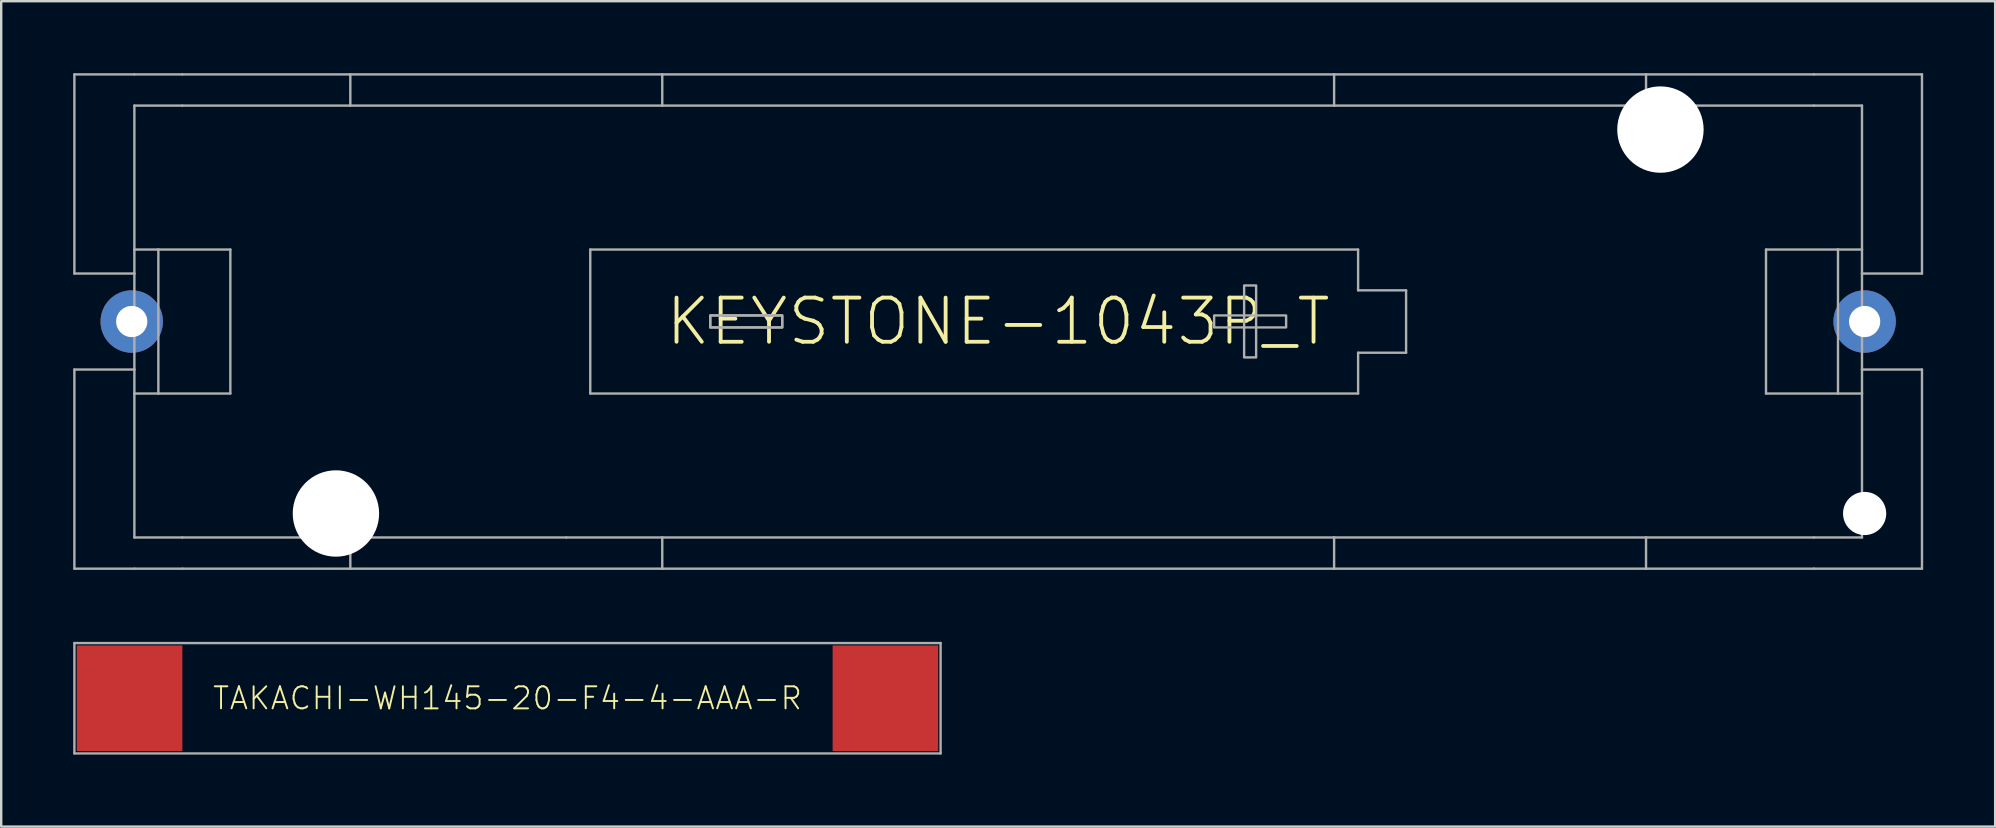
<source format=kicad_pcb>
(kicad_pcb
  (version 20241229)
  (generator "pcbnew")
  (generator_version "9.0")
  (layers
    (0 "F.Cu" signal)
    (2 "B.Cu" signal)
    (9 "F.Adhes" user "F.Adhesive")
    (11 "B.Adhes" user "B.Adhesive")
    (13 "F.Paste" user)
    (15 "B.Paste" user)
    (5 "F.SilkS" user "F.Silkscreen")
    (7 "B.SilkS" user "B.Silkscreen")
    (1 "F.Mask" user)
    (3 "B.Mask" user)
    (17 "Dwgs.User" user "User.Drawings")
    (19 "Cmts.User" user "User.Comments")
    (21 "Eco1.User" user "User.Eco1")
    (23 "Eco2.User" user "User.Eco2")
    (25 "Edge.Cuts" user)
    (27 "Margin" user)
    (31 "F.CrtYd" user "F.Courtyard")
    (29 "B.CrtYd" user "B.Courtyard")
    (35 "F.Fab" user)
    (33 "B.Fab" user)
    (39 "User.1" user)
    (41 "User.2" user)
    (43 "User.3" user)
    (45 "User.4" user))
  (footprint "KEYSTONE-1043P_T"
    (layer "F.Cu")
    (at 38.55 10.35)
    (property "Reference" "KEYSTONE-1043P_T" (at 0 0 0) (unlocked yes) (layer "F.SilkS") (effects (font (size 1.84 1.84) (thickness 0.16))))
    (fp_line (start -38.5 -10.3) (end -38.5 -2) (stroke (width 0.1) (type solid)) (layer "F.Fab"))
    (fp_line (start -38.5 -10.3) (end -36 -10.3) (stroke (width 0.1) (type solid)) (layer "F.Fab"))
    (fp_line (start -38.5 -2) (end -36 -2) (stroke (width 0.1) (type solid)) (layer "F.Fab"))
    (fp_line (start -38.5 2) (end -36 2) (stroke (width 0.1) (type solid)) (layer "F.Fab"))
    (fp_line (start -38.5 10.3) (end -38.5 2) (stroke (width 0.1) (type solid)) (layer "F.Fab"))
    (fp_line (start -38.5 10.3) (end -36 10.3) (stroke (width 0.1) (type solid)) (layer "F.Fab"))
    (fp_line (start -36 -10.3) (end -34 -10.3) (stroke (width 0.1) (type solid)) (layer "F.Fab"))
    (fp_line (start -36 -3) (end -36 -9) (stroke (width 0.1) (type solid)) (layer "F.Fab"))
    (fp_line (start -36 -2) (end -36 -3) (stroke (width 0.1) (type solid)) (layer "F.Fab"))
    (fp_line (start -36 2) (end -36 -2) (stroke (width 0.1) (type solid)) (layer "F.Fab"))
    (fp_line (start -36 2) (end -36 3) (stroke (width 0.1) (type solid)) (layer "F.Fab"))
    (fp_line (start -36 3) (end -36 9) (stroke (width 0.1) (type solid)) (layer "F.Fab"))
    (fp_line (start -36 10.3) (end -34 10.3) (stroke (width 0.1) (type solid)) (layer "F.Fab"))
    (fp_line (start -35 -3) (end -36 -3) (stroke (width 0.1) (type solid)) (layer "F.Fab"))
    (fp_line (start -35 3) (end -36 3) (stroke (width 0.1) (type solid)) (layer "F.Fab"))
    (fp_line (start -35 3) (end -35 -3) (stroke (width 0.1) (type solid)) (layer "F.Fab"))
    (fp_line (start -35 3) (end -32 3) (stroke (width 0.1) (type solid)) (layer "F.Fab"))
    (fp_line (start -34 -10.3) (end -27 -10.3) (stroke (width 0.1) (type solid)) (layer "F.Fab"))
    (fp_line (start -34 -9) (end -36 -9) (stroke (width 0.1) (type solid)) (layer "F.Fab"))
    (fp_line (start -34 9) (end -36 9) (stroke (width 0.1) (type solid)) (layer "F.Fab"))
    (fp_line (start -34 10.3) (end -27 10.3) (stroke (width 0.1) (type solid)) (layer "F.Fab"))
    (fp_line (start -32 -3) (end -35 -3) (stroke (width 0.1) (type solid)) (layer "F.Fab"))
    (fp_line (start -32 3) (end -32 -3) (stroke (width 0.1) (type solid)) (layer "F.Fab"))
    (fp_line (start -27 -10.3) (end -27 -9) (stroke (width 0.1) (type solid)) (layer "F.Fab"))
    (fp_line (start -27 -10.3) (end -14 -10.3) (stroke (width 0.1) (type solid)) (layer "F.Fab"))
    (fp_line (start -27 -9) (end -34 -9) (stroke (width 0.1) (type solid)) (layer "F.Fab"))
    (fp_line (start -27 9) (end -34 9) (stroke (width 0.1) (type solid)) (layer "F.Fab"))
    (fp_line (start -27 9) (end -27 10.3) (stroke (width 0.1) (type solid)) (layer "F.Fab"))
    (fp_line (start -27 10.3) (end -14 10.3) (stroke (width 0.1) (type solid)) (layer "F.Fab"))
    (fp_line (start -18 9) (end -27 9) (stroke (width 0.1) (type solid)) (layer "F.Fab"))
    (fp_line (start -17 -3) (end -17 3) (stroke (width 0.1) (type solid)) (layer "F.Fab"))
    (fp_line (start -17 -3) (end 15 -3) (stroke (width 0.1) (type solid)) (layer "F.Fab"))
    (fp_line (start -17 3) (end 15 3) (stroke (width 0.1) (type solid)) (layer "F.Fab"))
    (fp_line (start -14 -10.3) (end 14 -10.3) (stroke (width 0.1) (type solid)) (layer "F.Fab"))
    (fp_line (start -14 -9) (end -27 -9) (stroke (width 0.1) (type solid)) (layer "F.Fab"))
    (fp_line (start -14 -9) (end -14 -10.3) (stroke (width 0.1) (type solid)) (layer "F.Fab"))
    (fp_line (start -14 9) (end -18 9) (stroke (width 0.1) (type solid)) (layer "F.Fab"))
    (fp_line (start -14 9) (end -14 10.3) (stroke (width 0.1) (type solid)) (layer "F.Fab"))
    (fp_line (start -14 10.3) (end 14 10.3) (stroke (width 0.1) (type solid)) (layer "F.Fab"))
    (fp_line (start 14 -10.3) (end 14 -9) (stroke (width 0.1) (type solid)) (layer "F.Fab"))
    (fp_line (start 14 -10.3) (end 27 -10.3) (stroke (width 0.1) (type solid)) (layer "F.Fab"))
    (fp_line (start 14 -9) (end -14 -9) (stroke (width 0.1) (type solid)) (layer "F.Fab"))
    (fp_line (start 14 9) (end -14 9) (stroke (width 0.1) (type solid)) (layer "F.Fab"))
    (fp_line (start 14 9) (end 14 10.3) (stroke (width 0.1) (type solid)) (layer "F.Fab"))
    (fp_line (start 14 10.3) (end 27 10.3) (stroke (width 0.1) (type solid)) (layer "F.Fab"))
    (fp_line (start 15 -3) (end 15 -1.3) (stroke (width 0.1) (type solid)) (layer "F.Fab"))
    (fp_line (start 15 1.3) (end 17 1.3) (stroke (width 0.1) (type solid)) (layer "F.Fab"))
    (fp_line (start 15 3) (end 15 1.3) (stroke (width 0.1) (type solid)) (layer "F.Fab"))
    (fp_line (start 17 -1.3) (end 15 -1.3) (stroke (width 0.1) (type solid)) (layer "F.Fab"))
    (fp_line (start 17 1.3) (end 17 -1.3) (stroke (width 0.1) (type solid)) (layer "F.Fab"))
    (fp_line (start 27 -10.3) (end 27 -9) (stroke (width 0.1) (type solid)) (layer "F.Fab"))
    (fp_line (start 27 -10.3) (end 34 -10.3) (stroke (width 0.1) (type solid)) (layer "F.Fab"))
    (fp_line (start 27 -9) (end 14 -9) (stroke (width 0.1) (type solid)) (layer "F.Fab"))
    (fp_line (start 27 9) (end 14 9) (stroke (width 0.1) (type solid)) (layer "F.Fab"))
    (fp_line (start 27 9) (end 27 10.3) (stroke (width 0.1) (type solid)) (layer "F.Fab"))
    (fp_line (start 27 10.3) (end 34 10.3) (stroke (width 0.1) (type solid)) (layer "F.Fab"))
    (fp_line (start 32 -3) (end 32 3) (stroke (width 0.1) (type solid)) (layer "F.Fab"))
    (fp_line (start 32 3) (end 35 3) (stroke (width 0.1) (type solid)) (layer "F.Fab"))
    (fp_line (start 34 -10.3) (end 38.5 -10.3) (stroke (width 0.1) (type solid)) (layer "F.Fab"))
    (fp_line (start 34 -9) (end 27 -9) (stroke (width 0.1) (type solid)) (layer "F.Fab"))
    (fp_line (start 34 9) (end 27 9) (stroke (width 0.1) (type solid)) (layer "F.Fab"))
    (fp_line (start 34 10.3) (end 38.5 10.3) (stroke (width 0.1) (type solid)) (layer "F.Fab"))
    (fp_line (start 35 -3) (end 32 -3) (stroke (width 0.1) (type solid)) (layer "F.Fab"))
    (fp_line (start 35 -3) (end 36 -3) (stroke (width 0.1) (type solid)) (layer "F.Fab"))
    (fp_line (start 35 3) (end 35 -3) (stroke (width 0.1) (type solid)) (layer "F.Fab"))
    (fp_line (start 35 3) (end 36 3) (stroke (width 0.1) (type solid)) (layer "F.Fab"))
    (fp_line (start 36 -9) (end 34 -9) (stroke (width 0.1) (type solid)) (layer "F.Fab"))
    (fp_line (start 36 -3) (end 36 -9) (stroke (width 0.1) (type solid)) (layer "F.Fab"))
    (fp_line (start 36 -2) (end 36 -3) (stroke (width 0.1) (type solid)) (layer "F.Fab"))
    (fp_line (start 36 2) (end 36 -2) (stroke (width 0.1) (type solid)) (layer "F.Fab"))
    (fp_line (start 36 2) (end 36 3) (stroke (width 0.1) (type solid)) (layer "F.Fab"))
    (fp_line (start 36 3) (end 36 9) (stroke (width 0.1) (type solid)) (layer "F.Fab"))
    (fp_line (start 36 9) (end 34 9) (stroke (width 0.1) (type solid)) (layer "F.Fab"))
    (fp_line (start 38.5 -10.3) (end 38.5 -2) (stroke (width 0.1) (type solid)) (layer "F.Fab"))
    (fp_line (start 38.5 -2) (end 36 -2) (stroke (width 0.1) (type solid)) (layer "F.Fab"))
    (fp_line (start 38.5 2) (end 36 2) (stroke (width 0.1) (type solid)) (layer "F.Fab"))
    (fp_line (start 38.5 2) (end 38.5 10.3) (stroke (width 0.1) (type solid)) (layer "F.Fab"))
    (fp_poly (pts (xy -9 -0.254) (xy -12 -0.254) (xy -12 0.246) (xy -9 0.246)) (stroke (width 0.1) (type default)) (fill no) (layer "F.Fab"))
    (fp_poly (pts (xy -9 -0.254) (xy -12 -0.254) (xy -12 0.246) (xy -9 0.246)) (stroke (width 0.1) (type default)) (fill no) (layer "F.Fab"))
    (fp_poly (pts (xy 10.75 -1.504) (xy 10.25 -1.504) (xy 10.25 1.496) (xy 10.75 1.496)) (stroke (width 0.1) (type default)) (fill no) (layer "F.Fab"))
    (fp_poly (pts (xy 12 -0.254) (xy 9 -0.254) (xy 9 0.246) (xy 12 0.246)) (stroke (width 0.1) (type default)) (fill no) (layer "F.Fab"))
    (pad "" np_thru_hole circle (at -27.6 8) (size 3.6 3.6) (drill 3.6) (layers "*.Cu" "*.Mask"))
    (pad "" np_thru_hole circle (at 27.6 -8) (size 3.6 3.6) (drill 3.6) (layers "*.Cu" "*.Mask"))
    (pad "" np_thru_hole circle (at 36.11 8) (size 1.8 1.8) (drill 1.8) (layers "*.Cu" "*.Mask"))
    (pad "M" thru_hole circle (at -36.11 0) (size 2.6 2.6) (drill 1.3) (layers "*.Cu" "*.Mask"))
    (pad "P" thru_hole circle (at 36.11 0) (size 2.6 2.6) (drill 1.3) (layers "*.Cu" "*.Mask")))
  (footprint "TAKACHI-WH145-20-F4-4-AAA-R"
    (layer "F.Cu")
    (at 18.1 26.05)
    (property "Reference" "TAKACHI-WH145-20-F4-4-AAA-R" (at 0 0 0) (unlocked yes) (layer "F.SilkS") (effects (font (size 0.92 0.92) (thickness 0.08))))
    (fp_line (start -18.05 -2.3) (end -18.05 2.3) (stroke (width 0.1) (type solid)) (layer "F.Fab"))
    (fp_line (start -18.05 2.3) (end 18.05 2.3) (stroke (width 0.1) (type solid)) (layer "F.Fab"))
    (fp_line (start 18.05 -2.3) (end -18.05 -2.3) (stroke (width 0.1) (type solid)) (layer "F.Fab"))
    (fp_line (start 18.05 2.3) (end 18.05 -2.3) (stroke (width 0.1) (type solid)) (layer "F.Fab"))
    (pad "M" smd rect (at -15.75 0) (size 4.4 4.4) (layers "F.Cu" "F.Mask" "F.Paste"))
    (pad "P" smd rect (at 15.75 0) (size 4.4 4.4) (layers "F.Cu" "F.Mask" "F.Paste")))
  (gr_rect
    (start -3 -3)
    (end 80.1 31.4)
    (stroke (width 0.1) (type default))
    (fill no)
    (layer "Edge.Cuts")))
</source>
